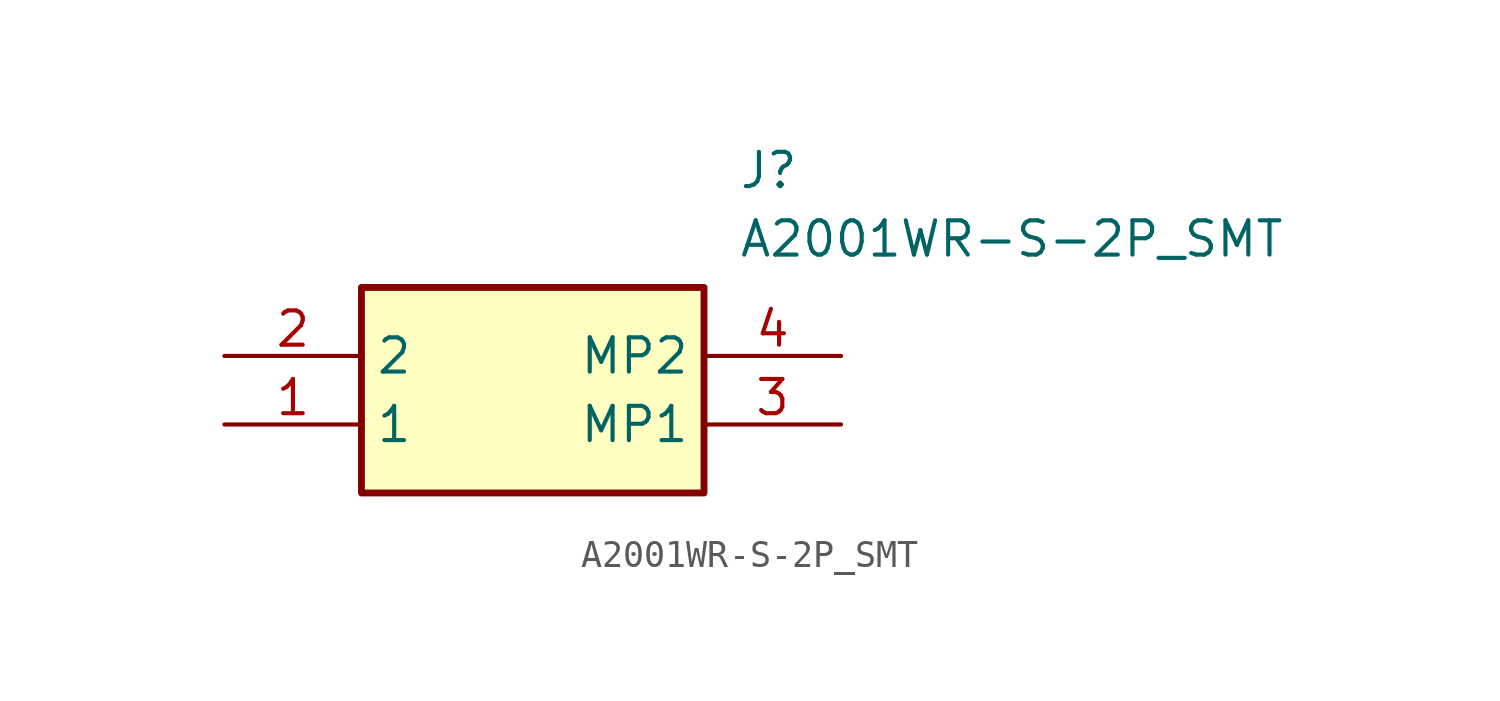
<source format=kicad_sym>
(kicad_symbol_lib
  (version 20211014)
  (generator SamacSys_ECAD_Model)
  (symbol "A2001WR-S-2P_SMT"
    (property "Reference" "J"
      (at 19.05 7.62 0)
      (effects (font (size 1.27 1.27)) (justify left top)))
    (property "Value" "A2001WR-S-2P_SMT"
      (at 19.05 5.08 0)
      (effects (font (size 1.27 1.27)) (justify left top)))
    (rectangle
      (start 5.08 2.54)
      (end 17.78 -5.08)
      (stroke (width 0.254) (type default))
      (fill (type background)))
    (pin passive line
      (at 0 -2.54 0)
      (length 5.08)
      (name "1" (effects (font (size 1.27 1.27))))
      (number "1" (effects (font (size 1.27 1.27)))))
    (pin passive line
      (at 0 0 0)
      (length 5.08)
      (name "2" (effects (font (size 1.27 1.27))))
      (number "2" (effects (font (size 1.27 1.27)))))
    (pin passive line
      (at 22.86 -2.54 180)
      (length 5.08)
      (name "MP1" (effects (font (size 1.27 1.27))))
      (number "3" (effects (font (size 1.27 1.27)))))
    (pin passive line
      (at 22.86 0 180)
      (length 5.08)
      (name "MP2" (effects (font (size 1.27 1.27))))
      (number "4" (effects (font (size 1.27 1.27)))))))
</source>
